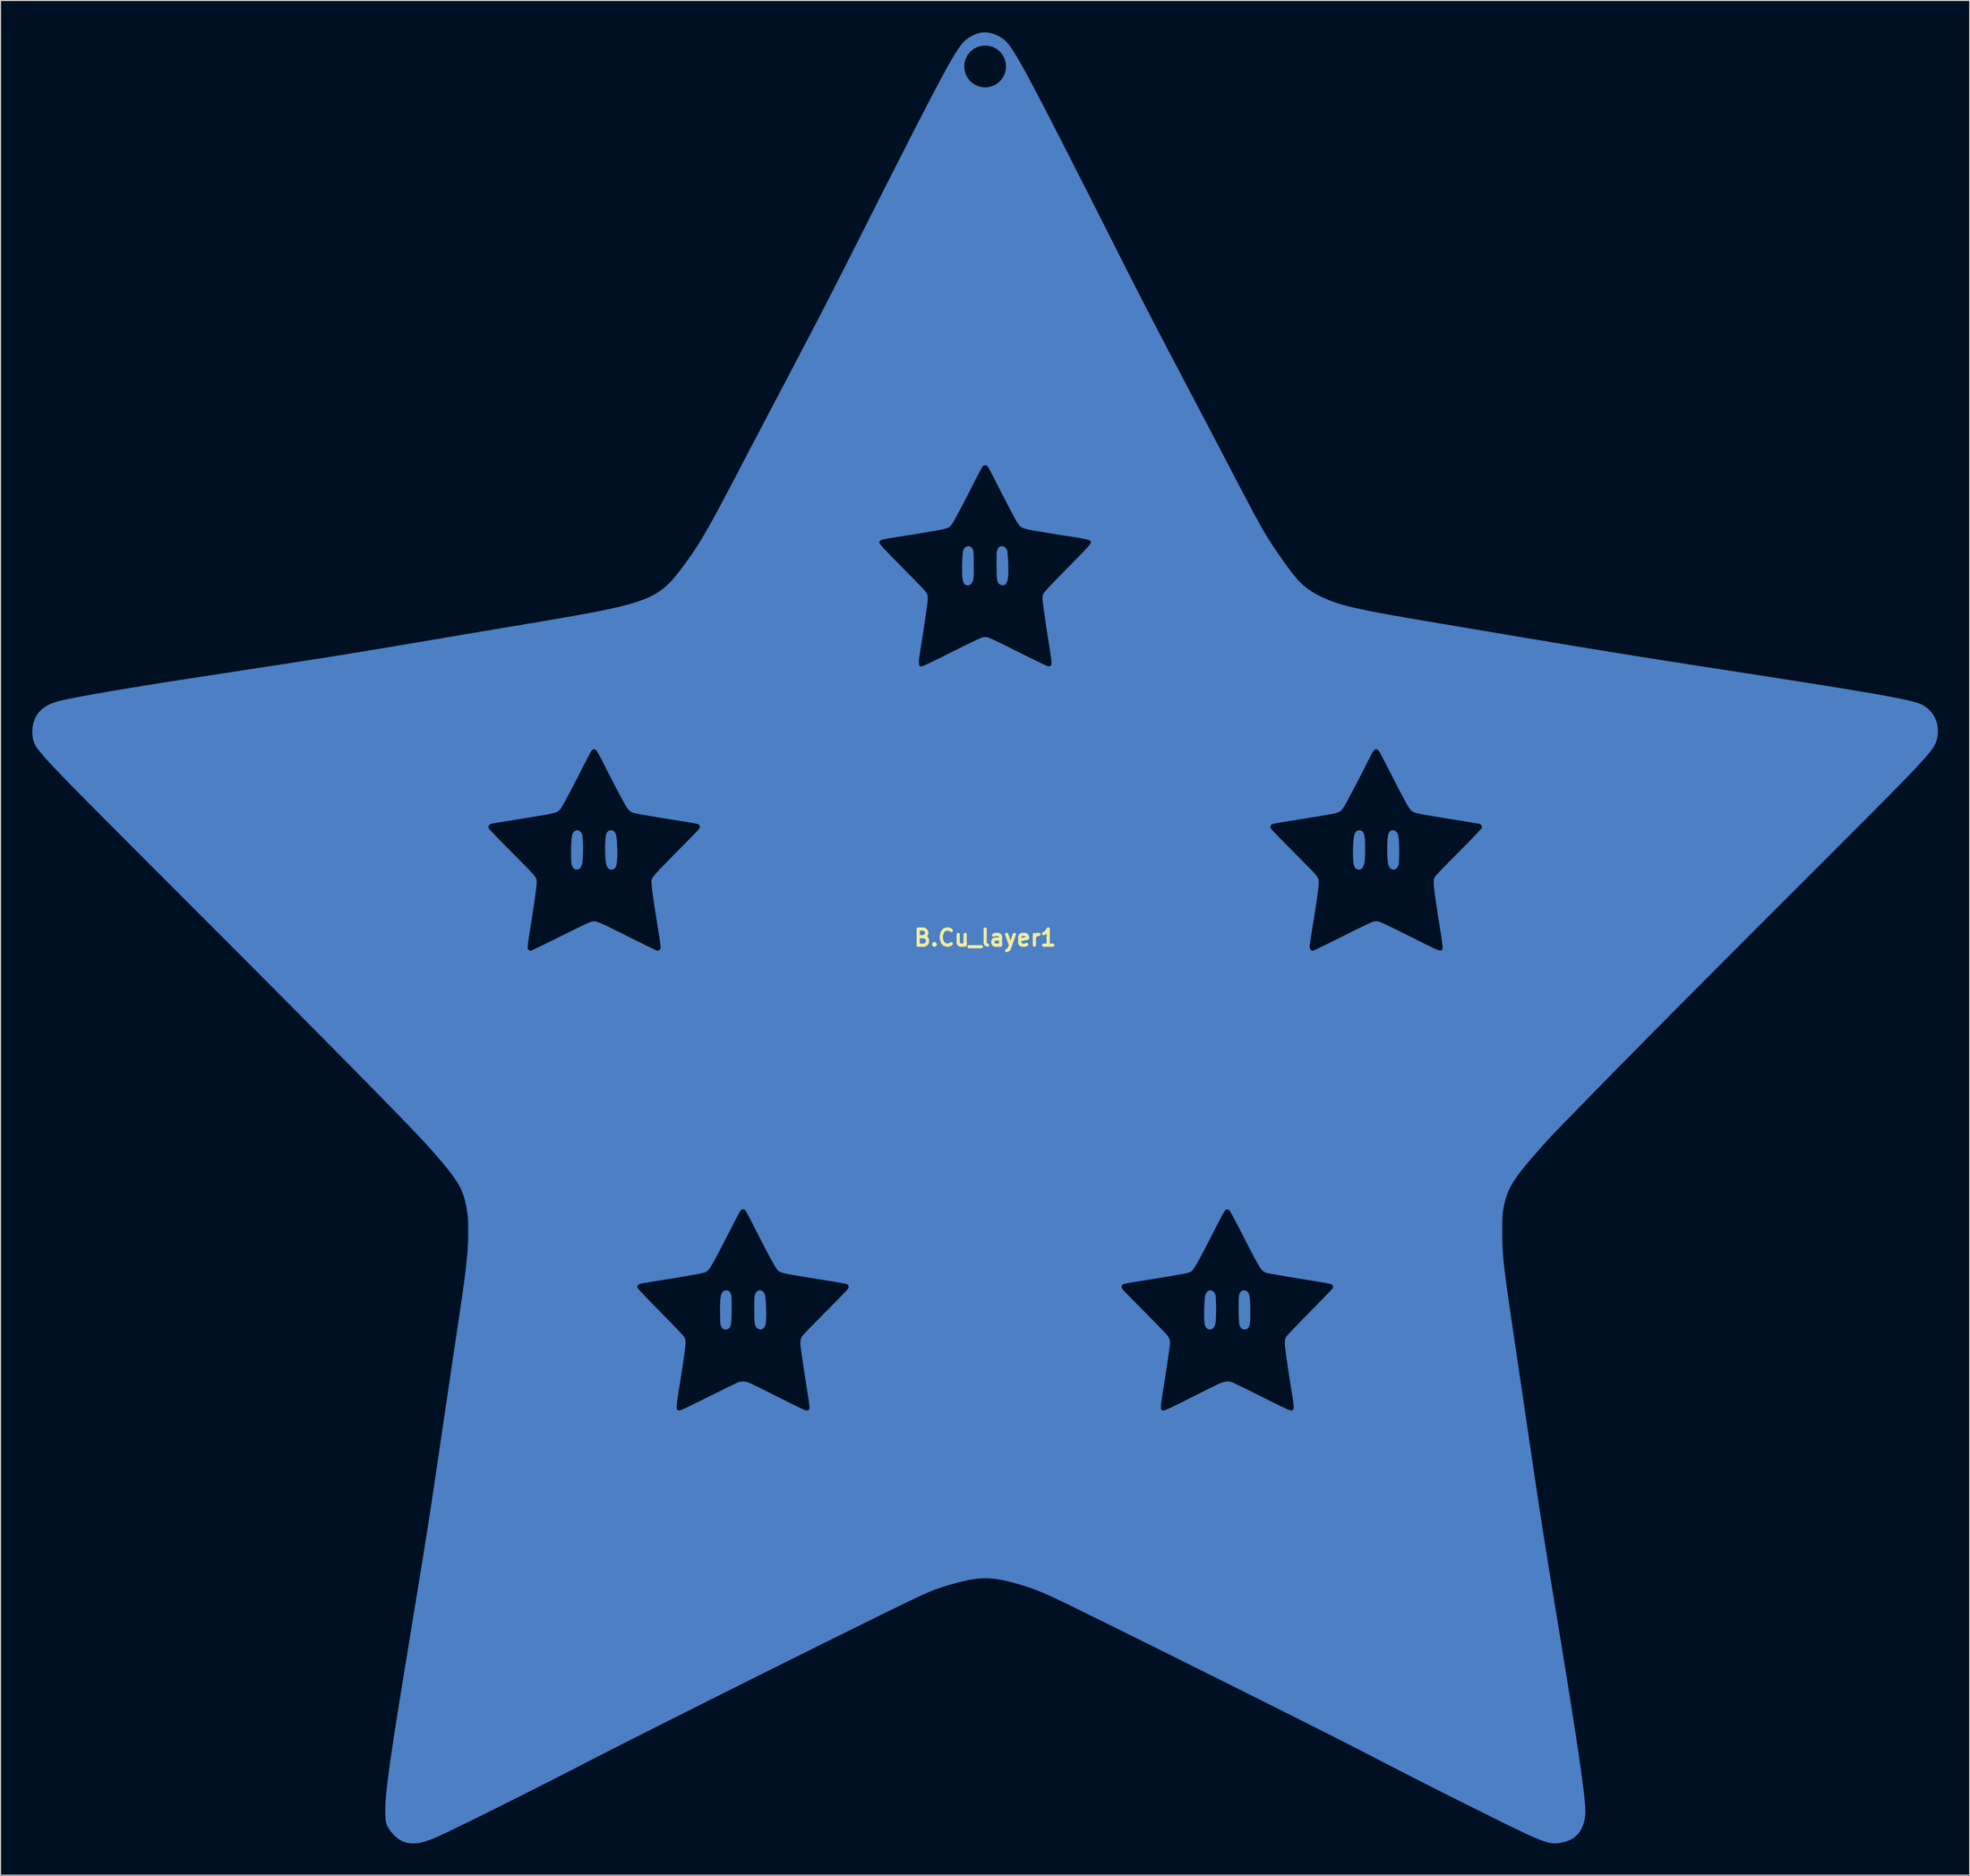
<source format=kicad_pcb>
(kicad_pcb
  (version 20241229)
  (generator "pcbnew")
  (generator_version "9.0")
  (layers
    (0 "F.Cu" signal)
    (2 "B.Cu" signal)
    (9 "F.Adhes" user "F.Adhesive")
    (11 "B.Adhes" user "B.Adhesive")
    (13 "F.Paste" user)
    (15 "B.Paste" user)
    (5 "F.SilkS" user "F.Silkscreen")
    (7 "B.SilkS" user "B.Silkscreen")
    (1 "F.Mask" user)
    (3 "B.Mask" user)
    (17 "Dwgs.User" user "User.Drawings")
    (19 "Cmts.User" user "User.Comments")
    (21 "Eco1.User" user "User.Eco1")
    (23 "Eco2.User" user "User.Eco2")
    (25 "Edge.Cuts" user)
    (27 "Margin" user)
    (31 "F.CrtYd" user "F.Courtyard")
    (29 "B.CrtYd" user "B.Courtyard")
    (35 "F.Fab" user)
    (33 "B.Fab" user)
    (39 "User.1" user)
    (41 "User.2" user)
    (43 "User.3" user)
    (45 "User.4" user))
  (footprint "B.Cu_layer1"
    (layer "F.Cu")
    (at 89.915 85.473)
    (property "Reference" "B.Cu_layer1" (at 0 0 0) (layer "F.SilkS") (effects (font (size 1.524 1.524) (thickness 0.3))))
    (attr through_hole)
    (fp_poly (pts (xy -35.158 -10.128) (xy -35.007 -10.026) (xy -34.887 -9.852) (xy -34.834 -9.692) (xy -34.79 -9.454) (xy -34.755 -9.144) (xy -34.731 -8.768) (xy -34.717 -8.332) (xy -34.714 -8.001) (xy -34.72 -7.59) (xy -34.741 -7.256) (xy -34.776 -6.991) (xy -34.83 -6.788) (xy -34.903 -6.64) (xy -34.996 -6.54) (xy -35.079 -6.493) (xy -35.208 -6.447) (xy -35.308 -6.443) (xy -35.425 -6.481) (xy -35.459 -6.495) (xy -35.566 -6.567) (xy -35.654 -6.684) (xy -35.725 -6.852) (xy -35.779 -7.076) (xy -35.818 -7.364) (xy -35.843 -7.721) (xy -35.855 -8.153) (xy -35.856 -8.417) (xy -35.852 -8.839) (xy -35.839 -9.185) (xy -35.816 -9.462) (xy -35.78 -9.68) (xy -35.731 -9.846) (xy -35.667 -9.967) (xy -35.586 -10.053) (xy -35.519 -10.096) (xy -35.332 -10.153) (xy -35.158 -10.128)) (stroke (width 0.01) (type solid)) (fill yes) (layer "B.Cu"))
    (fp_poly (pts (xy 35.503 -10.104) (xy 35.519 -10.096) (xy 35.612 -10.03) (xy 35.687 -9.934) (xy 35.746 -9.798) (xy 35.79 -9.615) (xy 35.822 -9.378) (xy 35.842 -9.078) (xy 35.853 -8.707) (xy 35.855 -8.402) (xy 35.85 -7.929) (xy 35.832 -7.534) (xy 35.801 -7.211) (xy 35.754 -6.955) (xy 35.692 -6.759) (xy 35.611 -6.618) (xy 35.512 -6.526) (xy 35.457 -6.497) (xy 35.3 -6.446) (xy 35.174 -6.447) (xy 35.047 -6.498) (xy 34.94 -6.586) (xy 34.856 -6.724) (xy 34.793 -6.92) (xy 34.749 -7.179) (xy 34.724 -7.508) (xy 34.715 -7.913) (xy 34.715 -7.959) (xy 34.721 -8.402) (xy 34.736 -8.805) (xy 34.76 -9.158) (xy 34.791 -9.454) (xy 34.83 -9.683) (xy 34.876 -9.836) (xy 34.877 -9.841) (xy 34.992 -10.017) (xy 35.142 -10.123) (xy 35.316 -10.153) (xy 35.503 -10.104)) (stroke (width 0.01) (type solid)) (fill yes) (layer "B.Cu"))
    (fp_poly (pts (xy 38.636 -10.123) (xy 38.782 -10.027) (xy 38.897 -9.892) (xy 38.918 -9.852) (xy 38.971 -9.687) (xy 39.013 -9.442) (xy 39.044 -9.12) (xy 39.063 -8.726) (xy 39.069 -8.263) (xy 39.066 -7.909) (xy 39.061 -7.598) (xy 39.055 -7.358) (xy 39.047 -7.178) (xy 39.036 -7.044) (xy 39.021 -6.943) (xy 39 -6.863) (xy 38.972 -6.791) (xy 38.959 -6.761) (xy 38.843 -6.587) (xy 38.694 -6.478) (xy 38.525 -6.443) (xy 38.375 -6.475) (xy 38.232 -6.577) (xy 38.111 -6.761) (xy 38.076 -6.838) (xy 38.033 -6.988) (xy 37.999 -7.206) (xy 37.973 -7.477) (xy 37.955 -7.786) (xy 37.945 -8.119) (xy 37.943 -8.462) (xy 37.95 -8.8) (xy 37.965 -9.118) (xy 37.987 -9.402) (xy 38.018 -9.638) (xy 38.057 -9.812) (xy 38.079 -9.868) (xy 38.187 -10.019) (xy 38.332 -10.122) (xy 38.488 -10.16) (xy 38.636 -10.123)) (stroke (width 0.01) (type solid)) (fill yes) (layer "B.Cu"))
    (fp_poly (pts (xy -21.028 33.337) (xy -20.892 33.467) (xy -20.81 33.617) (xy -20.772 33.758) (xy -20.739 33.968) (xy -20.712 34.233) (xy -20.691 34.538) (xy -20.677 34.868) (xy -20.668 35.208) (xy -20.667 35.542) (xy -20.673 35.857) (xy -20.687 36.137) (xy -20.708 36.368) (xy -20.738 36.534) (xy -20.743 36.551) (xy -20.835 36.746) (xy -20.968 36.881) (xy -21.126 36.951) (xy -21.297 36.951) (xy -21.466 36.876) (xy -21.502 36.848) (xy -21.576 36.776) (xy -21.636 36.694) (xy -21.683 36.592) (xy -21.719 36.46) (xy -21.745 36.289) (xy -21.762 36.07) (xy -21.773 35.793) (xy -21.779 35.45) (xy -21.78 35.073) (xy -21.779 34.683) (xy -21.775 34.369) (xy -21.768 34.122) (xy -21.758 33.934) (xy -21.744 33.796) (xy -21.725 33.699) (xy -21.722 33.686) (xy -21.63 33.486) (xy -21.501 33.351) (xy -21.347 33.28) (xy -21.184 33.275) (xy -21.028 33.337)) (stroke (width 0.01) (type solid)) (fill yes) (layer "B.Cu"))
    (fp_poly (pts (xy 21.382 33.29) (xy 21.531 33.375) (xy 21.654 33.525) (xy 21.722 33.686) (xy 21.742 33.801) (xy 21.758 33.985) (xy 21.77 34.226) (xy 21.778 34.507) (xy 21.783 34.814) (xy 21.784 35.133) (xy 21.781 35.448) (xy 21.774 35.747) (xy 21.763 36.012) (xy 21.748 36.231) (xy 21.73 36.389) (xy 21.723 36.426) (xy 21.639 36.665) (xy 21.516 36.835) (xy 21.356 36.933) (xy 21.21 36.957) (xy 21.065 36.939) (xy 20.952 36.873) (xy 20.913 36.837) (xy 20.82 36.713) (xy 20.751 36.567) (xy 20.746 36.551) (xy 20.715 36.392) (xy 20.693 36.167) (xy 20.678 35.891) (xy 20.671 35.579) (xy 20.671 35.245) (xy 20.678 34.906) (xy 20.691 34.574) (xy 20.711 34.266) (xy 20.737 33.996) (xy 20.768 33.779) (xy 20.805 33.63) (xy 20.81 33.616) (xy 20.919 33.433) (xy 21.06 33.318) (xy 21.22 33.271) (xy 21.382 33.29)) (stroke (width 0.01) (type solid)) (fill yes) (layer "B.Cu"))
    (fp_poly (pts (xy -38.338 -10.123) (xy -38.2 -10.023) (xy -38.087 -9.879) (xy -38.074 -9.854) (xy -38.033 -9.727) (xy -38 -9.53) (xy -37.975 -9.277) (xy -37.958 -8.982) (xy -37.949 -8.658) (xy -37.948 -8.321) (xy -37.954 -7.984) (xy -37.969 -7.661) (xy -37.99 -7.366) (xy -38.019 -7.113) (xy -38.056 -6.916) (xy -38.09 -6.809) (xy -38.157 -6.682) (xy -38.229 -6.58) (xy -38.253 -6.555) (xy -38.385 -6.483) (xy -38.548 -6.454) (xy -38.701 -6.472) (xy -38.735 -6.487) (xy -38.814 -6.555) (xy -38.9 -6.67) (xy -38.947 -6.752) (xy -38.982 -6.826) (xy -39.008 -6.896) (xy -39.028 -6.977) (xy -39.042 -7.082) (xy -39.051 -7.223) (xy -39.058 -7.413) (xy -39.063 -7.666) (xy -39.067 -7.881) (xy -39.069 -8.365) (xy -39.059 -8.795) (xy -39.039 -9.166) (xy -39.008 -9.47) (xy -38.967 -9.701) (xy -38.919 -9.851) (xy -38.812 -9.999) (xy -38.665 -10.108) (xy -38.504 -10.159) (xy -38.476 -10.16) (xy -38.338 -10.123)) (stroke (width 0.01) (type solid)) (fill yes) (layer "B.Cu"))
    (fp_poly (pts (xy 24.544 33.287) (xy 24.665 33.329) (xy 24.765 33.408) (xy 24.845 33.529) (xy 24.907 33.698) (xy 24.954 33.923) (xy 24.986 34.208) (xy 25.007 34.56) (xy 25.017 34.986) (xy 25.019 35.35) (xy 25.016 35.732) (xy 25.008 36.04) (xy 24.991 36.284) (xy 24.965 36.473) (xy 24.928 36.618) (xy 24.879 36.73) (xy 24.815 36.818) (xy 24.777 36.856) (xy 24.626 36.943) (xy 24.453 36.962) (xy 24.286 36.916) (xy 24.177 36.835) (xy 24.114 36.762) (xy 24.064 36.686) (xy 24.025 36.597) (xy 23.995 36.484) (xy 23.972 36.337) (xy 23.956 36.146) (xy 23.945 35.901) (xy 23.936 35.592) (xy 23.93 35.209) (xy 23.929 35.192) (xy 23.924 34.777) (xy 23.924 34.437) (xy 23.93 34.164) (xy 23.942 33.947) (xy 23.962 33.778) (xy 23.99 33.647) (xy 24.029 33.545) (xy 24.078 33.463) (xy 24.128 33.403) (xy 24.244 33.308) (xy 24.369 33.275) (xy 24.399 33.274) (xy 24.544 33.287)) (stroke (width 0.01) (type solid)) (fill yes) (layer "B.Cu"))
    (fp_poly (pts (xy -24.267 33.297) (xy -24.153 33.378) (xy -24.128 33.403) (xy -24.069 33.475) (xy -24.022 33.56) (xy -23.985 33.666) (xy -23.958 33.803) (xy -23.939 33.979) (xy -23.928 34.204) (xy -23.924 34.488) (xy -23.924 34.839) (xy -23.928 35.192) (xy -23.935 35.593) (xy -23.945 35.92) (xy -23.959 36.18) (xy -23.978 36.384) (xy -24.005 36.54) (xy -24.041 36.659) (xy -24.086 36.749) (xy -24.144 36.82) (xy -24.203 36.872) (xy -24.338 36.935) (xy -24.506 36.956) (xy -24.667 36.934) (xy -24.751 36.895) (xy -24.822 36.818) (xy -24.895 36.699) (xy -24.917 36.651) (xy -24.943 36.581) (xy -24.963 36.497) (xy -24.978 36.387) (xy -24.99 36.24) (xy -24.998 36.042) (xy -25.005 35.783) (xy -25.01 35.473) (xy -25.014 34.972) (xy -25.007 34.55) (xy -24.988 34.2) (xy -24.956 33.916) (xy -24.908 33.693) (xy -24.843 33.524) (xy -24.76 33.404) (xy -24.656 33.326) (xy -24.53 33.285) (xy -24.399 33.274) (xy -24.267 33.297)) (stroke (width 0.01) (type solid)) (fill yes) (layer "B.Cu"))
    (fp_poly (pts (xy 1.807 -36.911) (xy 1.952 -36.787) (xy 2.056 -36.599) (xy 2.074 -36.544) (xy 2.089 -36.454) (xy 2.108 -36.295) (xy 2.127 -36.083) (xy 2.145 -35.832) (xy 2.162 -35.558) (xy 2.165 -35.494) (xy 2.185 -34.97) (xy 2.187 -34.525) (xy 2.168 -34.154) (xy 2.13 -33.856) (xy 2.071 -33.625) (xy 1.991 -33.458) (xy 1.89 -33.351) (xy 1.843 -33.325) (xy 1.651 -33.277) (xy 1.472 -33.311) (xy 1.358 -33.383) (xy 1.285 -33.453) (xy 1.226 -33.532) (xy 1.18 -33.63) (xy 1.144 -33.756) (xy 1.117 -33.92) (xy 1.099 -34.129) (xy 1.088 -34.394) (xy 1.082 -34.724) (xy 1.08 -35.127) (xy 1.079 -35.221) (xy 1.08 -35.579) (xy 1.081 -35.863) (xy 1.083 -36.083) (xy 1.088 -36.249) (xy 1.095 -36.374) (xy 1.107 -36.466) (xy 1.123 -36.537) (xy 1.145 -36.597) (xy 1.173 -36.656) (xy 1.185 -36.682) (xy 1.267 -36.821) (xy 1.352 -36.902) (xy 1.438 -36.941) (xy 1.632 -36.964) (xy 1.807 -36.911)) (stroke (width 0.01) (type solid)) (fill yes) (layer "B.Cu"))
    (fp_poly (pts (xy -1.422 -36.935) (xy -1.293 -36.859) (xy -1.195 -36.717) (xy -1.157 -36.629) (xy -1.134 -36.562) (xy -1.116 -36.486) (xy -1.103 -36.39) (xy -1.093 -36.264) (xy -1.086 -36.097) (xy -1.082 -35.878) (xy -1.08 -35.597) (xy -1.08 -35.244) (xy -1.079 -35.2) (xy -1.08 -34.832) (xy -1.082 -34.537) (xy -1.087 -34.306) (xy -1.094 -34.126) (xy -1.104 -33.988) (xy -1.119 -33.879) (xy -1.137 -33.79) (xy -1.154 -33.733) (xy -1.252 -33.515) (xy -1.385 -33.364) (xy -1.547 -33.285) (xy -1.727 -33.283) (xy -1.855 -33.327) (xy -1.957 -33.403) (xy -2.036 -33.525) (xy -2.094 -33.705) (xy -2.135 -33.949) (xy -2.162 -34.269) (xy -2.162 -34.269) (xy -2.171 -34.502) (xy -2.174 -34.777) (xy -2.171 -35.077) (xy -2.163 -35.388) (xy -2.151 -35.693) (xy -2.135 -35.977) (xy -2.117 -36.224) (xy -2.096 -36.419) (xy -2.073 -36.546) (xy -2.071 -36.551) (xy -1.98 -36.751) (xy -1.843 -36.887) (xy -1.668 -36.952) (xy -1.6 -36.957) (xy -1.422 -36.935)) (stroke (width 0.01) (type solid)) (fill yes) (layer "B.Cu"))
    (fp_poly (pts (xy 0.431 -85.421) (xy 0.877 -85.29) (xy 1.329 -85.078) (xy 1.644 -84.883) (xy 1.724 -84.826) (xy 1.805 -84.762) (xy 1.888 -84.688) (xy 1.974 -84.604) (xy 2.065 -84.506) (xy 2.16 -84.394) (xy 2.262 -84.264) (xy 2.372 -84.116) (xy 2.49 -83.946) (xy 2.617 -83.754) (xy 2.755 -83.537) (xy 2.905 -83.292) (xy 3.067 -83.019) (xy 3.243 -82.715) (xy 3.434 -82.378) (xy 3.641 -82.007) (xy 3.865 -81.598) (xy 4.108 -81.151) (xy 4.369 -80.663) (xy 4.65 -80.132) (xy 4.953 -79.556) (xy 5.278 -78.934) (xy 5.627 -78.263) (xy 6 -77.541) (xy 6.398 -76.767) (xy 6.823 -75.938) (xy 7.276 -75.052) (xy 7.758 -74.108) (xy 8.269 -73.103) (xy 8.811 -72.036) (xy 9.386 -70.904) (xy 9.993 -69.706) (xy 10.634 -68.439) (xy 11.311 -67.102) (xy 12.024 -65.692) (xy 12.49 -64.77) (xy 12.834 -64.088) (xy 13.158 -63.448) (xy 13.464 -62.845) (xy 13.753 -62.273) (xy 14.03 -61.728) (xy 14.297 -61.204) (xy 14.556 -60.696) (xy 14.811 -60.198) (xy 15.064 -59.704) (xy 15.319 -59.21) (xy 15.577 -58.71) (xy 15.841 -58.199) (xy 16.115 -57.671) (xy 16.402 -57.121) (xy 16.703 -56.544) (xy 17.022 -55.934) (xy 17.361 -55.285) (xy 17.724 -54.593) (xy 18.113 -53.853) (xy 18.531 -53.058) (xy 18.98 -52.203) (xy 19.464 -51.283) (xy 19.896 -50.461) (xy 20.203 -49.877) (xy 20.539 -49.238) (xy 20.894 -48.561) (xy 21.261 -47.86) (xy 21.633 -47.151) (xy 22.001 -46.449) (xy 22.357 -45.768) (xy 22.694 -45.123) (xy 23.003 -44.531) (xy 23.156 -44.238) (xy 23.572 -43.44) (xy 23.953 -42.711) (xy 24.3 -42.049) (xy 24.617 -41.447) (xy 24.905 -40.9) (xy 25.169 -40.405) (xy 25.41 -39.957) (xy 25.631 -39.549) (xy 25.835 -39.179) (xy 26.025 -38.84) (xy 26.203 -38.528) (xy 26.372 -38.238) (xy 26.536 -37.965) (xy 26.696 -37.705) (xy 26.855 -37.452) (xy 27.016 -37.203) (xy 27.182 -36.951) (xy 27.355 -36.692) (xy 27.539 -36.422) (xy 27.695 -36.195) (xy 28.094 -35.619) (xy 28.458 -35.109) (xy 28.791 -34.66) (xy 29.099 -34.266) (xy 29.39 -33.919) (xy 29.669 -33.615) (xy 29.943 -33.347) (xy 30.218 -33.109) (xy 30.5 -32.893) (xy 30.795 -32.696) (xy 31.11 -32.509) (xy 31.45 -32.327) (xy 31.75 -32.179) (xy 32.006 -32.06) (xy 32.265 -31.946) (xy 32.532 -31.837) (xy 32.811 -31.732) (xy 33.106 -31.629) (xy 33.421 -31.528) (xy 33.761 -31.428) (xy 34.13 -31.328) (xy 34.532 -31.227) (xy 34.972 -31.124) (xy 35.453 -31.018) (xy 35.981 -30.908) (xy 36.558 -30.792) (xy 37.19 -30.671) (xy 37.88 -30.543) (xy 38.633 -30.407) (xy 39.454 -30.263) (xy 40.346 -30.108) (xy 41.314 -29.943) (xy 42.249 -29.785) (xy 42.731 -29.703) (xy 43.266 -29.613) (xy 43.832 -29.518) (xy 44.405 -29.421) (xy 44.962 -29.327) (xy 45.48 -29.24) (xy 45.91 -29.167) (xy 47.37 -28.921) (xy 48.752 -28.688) (xy 50.062 -28.468) (xy 51.305 -28.26) (xy 52.488 -28.062) (xy 53.615 -27.874) (xy 54.693 -27.695) (xy 55.726 -27.523) (xy 56.722 -27.359) (xy 57.684 -27.201) (xy 58.62 -27.048) (xy 59.535 -26.9) (xy 60.433 -26.754) (xy 61.322 -26.611) (xy 62.206 -26.47) (xy 63.092 -26.329) (xy 63.984 -26.188) (xy 64.889 -26.046) (xy 65.811 -25.902) (xy 66.758 -25.754) (xy 67.734 -25.603) (xy 68.745 -25.446) (xy 69.046 -25.4) (xy 70.565 -25.165) (xy 72.002 -24.943) (xy 73.361 -24.732) (xy 74.643 -24.532) (xy 75.85 -24.343) (xy 76.985 -24.164) (xy 78.05 -23.995) (xy 79.047 -23.836) (xy 79.979 -23.686) (xy 80.848 -23.545) (xy 81.656 -23.412) (xy 82.405 -23.287) (xy 83.099 -23.17) (xy 83.738 -23.06) (xy 84.326 -22.957) (xy 84.865 -22.86) (xy 85.357 -22.769) (xy 85.804 -22.683) (xy 86.209 -22.603) (xy 86.574 -22.527) (xy 86.9 -22.456) (xy 87.192 -22.388) (xy 87.45 -22.325) (xy 87.678 -22.264) (xy 87.877 -22.206) (xy 88.049 -22.15) (xy 88.198 -22.097) (xy 88.325 -22.044) (xy 88.423 -21.998) (xy 88.823 -21.75) (xy 89.166 -21.443) (xy 89.448 -21.087) (xy 89.666 -20.687) (xy 89.816 -20.251) (xy 89.894 -19.787) (xy 89.898 -19.303) (xy 89.858 -18.978) (xy 89.818 -18.783) (xy 89.768 -18.598) (xy 89.702 -18.416) (xy 89.616 -18.232) (xy 89.506 -18.038) (xy 89.366 -17.828) (xy 89.193 -17.596) (xy 88.981 -17.336) (xy 88.727 -17.04) (xy 88.425 -16.702) (xy 88.072 -16.316) (xy 87.75 -15.97) (xy 87.594 -15.803) (xy 87.425 -15.625) (xy 87.242 -15.433) (xy 87.043 -15.225) (xy 86.826 -15) (xy 86.588 -14.755) (xy 86.328 -14.488) (xy 86.044 -14.197) (xy 85.733 -13.881) (xy 85.395 -13.538) (xy 85.026 -13.164) (xy 84.626 -12.76) (xy 84.191 -12.321) (xy 83.721 -11.847) (xy 83.212 -11.336) (xy 82.664 -10.785) (xy 82.073 -10.193) (xy 81.439 -9.557) (xy 80.759 -8.876) (xy 80.032 -8.147) (xy 79.254 -7.369) (xy 78.425 -6.54) (xy 77.543 -5.657) (xy 76.605 -4.719) (xy 75.609 -3.724) (xy 75.356 -3.471) (xy 73.887 -2.003) (xy 72.476 -0.591) (xy 71.121 0.766) (xy 69.819 2.07) (xy 68.569 3.324) (xy 67.368 4.53) (xy 66.214 5.69) (xy 65.104 6.806) (xy 64.037 7.882) (xy 63.01 8.919) (xy 62.021 9.918) (xy 61.067 10.884) (xy 60.147 11.818) (xy 59.257 12.721) (xy 58.397 13.597) (xy 57.563 14.448) (xy 56.754 15.276) (xy 56.725 15.305) (xy 56.209 15.834) (xy 55.748 16.306) (xy 55.338 16.726) (xy 54.974 17.099) (xy 54.653 17.43) (xy 54.37 17.722) (xy 54.121 17.979) (xy 53.901 18.207) (xy 53.707 18.41) (xy 53.534 18.592) (xy 53.379 18.758) (xy 53.236 18.911) (xy 53.102 19.057) (xy 52.972 19.199) (xy 52.842 19.343) (xy 52.709 19.492) (xy 52.567 19.651) (xy 52.555 19.664) (xy 52.03 20.259) (xy 51.559 20.799) (xy 51.142 21.292) (xy 50.773 21.742) (xy 50.449 22.155) (xy 50.166 22.539) (xy 49.921 22.897) (xy 49.711 23.238) (xy 49.531 23.566) (xy 49.379 23.887) (xy 49.25 24.208) (xy 49.141 24.534) (xy 49.048 24.872) (xy 48.968 25.227) (xy 48.897 25.606) (xy 48.866 25.793) (xy 48.844 25.941) (xy 48.827 26.093) (xy 48.814 26.263) (xy 48.804 26.462) (xy 48.797 26.7) (xy 48.793 26.989) (xy 48.791 27.34) (xy 48.791 27.75) (xy 48.792 28.067) (xy 48.795 28.371) (xy 48.801 28.667) (xy 48.81 28.96) (xy 48.822 29.254) (xy 48.839 29.554) (xy 48.861 29.867) (xy 48.888 30.195) (xy 48.921 30.545) (xy 48.961 30.922) (xy 49.007 31.33) (xy 49.061 31.774) (xy 49.124 32.259) (xy 49.195 32.791) (xy 49.275 33.374) (xy 49.365 34.013) (xy 49.466 34.713) (xy 49.578 35.48) (xy 49.701 36.317) (xy 49.836 37.231) (xy 49.915 37.761) (xy 49.975 38.167) (xy 50.046 38.646) (xy 50.127 39.19) (xy 50.215 39.787) (xy 50.31 40.429) (xy 50.41 41.105) (xy 50.513 41.806) (xy 50.619 42.521) (xy 50.725 43.242) (xy 50.83 43.956) (xy 50.933 44.656) (xy 50.99 45.043) (xy 51.159 46.186) (xy 51.316 47.252) (xy 51.463 48.247) (xy 51.6 49.176) (xy 51.729 50.046) (xy 51.851 50.864) (xy 51.966 51.635) (xy 52.076 52.366) (xy 52.181 53.063) (xy 52.282 53.731) (xy 52.381 54.378) (xy 52.479 55.01) (xy 52.575 55.632) (xy 52.672 56.251) (xy 52.77 56.874) (xy 52.871 57.505) (xy 52.974 58.153) (xy 53.082 58.821) (xy 53.195 59.518) (xy 53.314 60.249) (xy 53.44 61.021) (xy 53.574 61.839) (xy 53.716 62.709) (xy 53.869 63.639) (xy 53.996 64.41) (xy 54.25 65.961) (xy 54.49 67.43) (xy 54.716 68.819) (xy 54.927 70.131) (xy 55.125 71.367) (xy 55.309 72.529) (xy 55.48 73.618) (xy 55.638 74.637) (xy 55.783 75.588) (xy 55.916 76.472) (xy 56.037 77.291) (xy 56.146 78.048) (xy 56.243 78.743) (xy 56.329 79.379) (xy 56.404 79.958) (xy 56.468 80.481) (xy 56.522 80.95) (xy 56.565 81.368) (xy 56.599 81.736) (xy 56.622 82.056) (xy 56.624 82.084) (xy 56.629 82.653) (xy 56.572 83.179) (xy 56.453 83.658) (xy 56.275 84.086) (xy 56.038 84.458) (xy 55.907 84.612) (xy 55.589 84.9) (xy 55.225 85.125) (xy 54.811 85.292) (xy 54.338 85.403) (xy 54.128 85.432) (xy 53.989 85.447) (xy 53.853 85.456) (xy 53.717 85.459) (xy 53.578 85.454) (xy 53.431 85.438) (xy 53.273 85.412) (xy 53.1 85.373) (xy 52.91 85.319) (xy 52.697 85.25) (xy 52.459 85.164) (xy 52.192 85.058) (xy 51.892 84.933) (xy 51.556 84.786) (xy 51.18 84.615) (xy 50.761 84.42) (xy 50.295 84.198) (xy 49.778 83.948) (xy 49.206 83.67) (xy 48.577 83.36) (xy 47.886 83.018) (xy 47.13 82.642) (xy 46.306 82.231) (xy 45.508 81.832) (xy 45.001 81.579) (xy 44.517 81.336) (xy 44.051 81.103) (xy 43.597 80.874) (xy 43.149 80.649) (xy 42.702 80.423) (xy 42.251 80.195) (xy 41.79 79.961) (xy 41.313 79.718) (xy 40.815 79.464) (xy 40.29 79.196) (xy 39.733 78.911) (xy 39.139 78.606) (xy 38.5 78.278) (xy 37.813 77.925) (xy 37.072 77.543) (xy 36.27 77.131) (xy 35.403 76.684) (xy 34.713 76.329) (xy 34.287 76.11) (xy 33.79 75.856) (xy 33.227 75.57) (xy 32.602 75.253) (xy 31.919 74.907) (xy 31.183 74.536) (xy 30.398 74.141) (xy 29.57 73.724) (xy 28.702 73.288) (xy 27.798 72.835) (xy 26.863 72.366) (xy 25.903 71.885) (xy 24.92 71.394) (xy 23.92 70.894) (xy 22.906 70.387) (xy 21.884 69.877) (xy 20.858 69.366) (xy 19.833 68.855) (xy 18.812 68.346) (xy 17.8 67.843) (xy 16.802 67.346) (xy 15.822 66.859) (xy 14.864 66.384) (xy 13.933 65.923) (xy 13.034 65.477) (xy 12.171 65.05) (xy 11.348 64.644) (xy 10.57 64.26) (xy 9.841 63.901) (xy 9.165 63.569) (xy 8.548 63.266) (xy 7.993 62.995) (xy 7.506 62.758) (xy 7.112 62.568) (xy 6.52 62.286) (xy 5.988 62.041) (xy 5.502 61.828) (xy 5.05 61.64) (xy 4.616 61.472) (xy 4.189 61.32) (xy 3.754 61.177) (xy 3.297 61.038) (xy 3.184 61.005) (xy 2.504 60.817) (xy 1.887 60.667) (xy 1.317 60.555) (xy 0.782 60.481) (xy 0.267 60.444) (xy -0.24 60.444) (xy -0.754 60.481) (xy -1.289 60.555) (xy -1.859 60.667) (xy -2.476 60.814) (xy -2.951 60.942) (xy -3.455 61.086) (xy -3.924 61.23) (xy -4.372 61.381) (xy -4.813 61.543) (xy -5.264 61.723) (xy -5.738 61.926) (xy -6.25 62.158) (xy -6.816 62.424) (xy -7.027 62.526) (xy -7.614 62.811) (xy -8.269 63.13) (xy -8.987 63.481) (xy -9.765 63.863) (xy -10.598 64.272) (xy -11.48 64.707) (xy -12.408 65.165) (xy -13.377 65.645) (xy -14.383 66.143) (xy -15.42 66.657) (xy -16.485 67.186) (xy -17.572 67.727) (xy -18.678 68.277) (xy -19.798 68.835) (xy -20.927 69.398) (xy -22.061 69.964) (xy -23.195 70.531) (xy -24.325 71.096) (xy -25.445 71.657) (xy -26.552 72.212) (xy -27.642 72.758) (xy -28.708 73.294) (xy -29.748 73.817) (xy -30.756 74.324) (xy -31.728 74.814) (xy -32.659 75.285) (xy -33.545 75.733) (xy -34.382 76.157) (xy -35.164 76.554) (xy -35.887 76.923) (xy -36.547 77.26) (xy -37.139 77.564) (xy -37.55 77.776) (xy -38.296 78.162) (xy -39.067 78.558) (xy -39.856 78.962) (xy -40.66 79.372) (xy -41.472 79.786) (xy -42.289 80.2) (xy -43.106 80.613) (xy -43.917 81.022) (xy -44.717 81.424) (xy -45.502 81.817) (xy -46.267 82.199) (xy -47.007 82.567) (xy -47.716 82.919) (xy -48.391 83.253) (xy -49.026 83.565) (xy -49.617 83.853) (xy -50.158 84.116) (xy -50.644 84.35) (xy -51.071 84.553) (xy -51.434 84.723) (xy -51.727 84.857) (xy -51.787 84.883) (xy -52.138 85.03) (xy -52.502 85.166) (xy -52.854 85.282) (xy -53.169 85.372) (xy -53.315 85.405) (xy -53.621 85.45) (xy -53.947 85.466) (xy -54.266 85.454) (xy -54.545 85.413) (xy -54.631 85.392) (xy -55.004 85.252) (xy -55.351 85.049) (xy -55.688 84.775) (xy -55.778 84.688) (xy -56.096 84.333) (xy -56.336 83.975) (xy -56.494 83.617) (xy -56.536 83.469) (xy -56.564 83.29) (xy -56.585 83.043) (xy -56.598 82.746) (xy -56.602 82.413) (xy -56.599 82.061) (xy -56.587 81.708) (xy -56.567 81.369) (xy -56.557 81.251) (xy -56.527 80.933) (xy -56.495 80.605) (xy -56.459 80.264) (xy -56.418 79.905) (xy -56.373 79.526) (xy -56.322 79.123) (xy -56.266 78.693) (xy -56.204 78.232) (xy -56.135 77.738) (xy -56.058 77.207) (xy -55.974 76.635) (xy -55.882 76.02) (xy -55.781 75.358) (xy -55.671 74.645) (xy -55.551 73.879) (xy -55.421 73.056) (xy -55.28 72.172) (xy -55.128 71.225) (xy -54.964 70.211) (xy -54.788 69.127) (xy -54.6 67.969) (xy -54.398 66.734) (xy -54.191 65.469) (xy -54.012 64.377) (xy -53.846 63.363) (xy -53.691 62.422) (xy -53.548 61.547) (xy -53.415 60.732) (xy -53.291 59.973) (xy -53.176 59.263) (xy -53.068 58.597) (xy -52.966 57.968) (xy -52.87 57.371) (xy -52.779 56.801) (xy -52.692 56.252) (xy -52.608 55.718) (xy -52.526 55.193) (xy -52.445 54.671) (xy -52.364 54.148) (xy -52.283 53.617) (xy -52.201 53.072) (xy -52.116 52.508) (xy -52.027 51.919) (xy -51.935 51.299) (xy -51.838 50.643) (xy -51.734 49.945) (xy -51.624 49.199) (xy -51.506 48.399) (xy -51.38 47.541) (xy -51.244 46.617) (xy -51.202 46.334) (xy -51.09 45.573) (xy -50.974 44.783) (xy -50.854 43.973) (xy -50.733 43.154) (xy -50.612 42.335) (xy -50.492 41.526) (xy -50.375 40.737) (xy -50.263 39.977) (xy -50.156 39.257) (xy -50.056 38.587) (xy -49.965 37.975) (xy -49.884 37.433) (xy -49.848 37.19) (xy -49.731 36.413) (xy -49.627 35.712) (xy -49.533 35.082) (xy -49.45 34.514) (xy -49.375 34.004) (xy -49.309 33.542) (xy -49.25 33.124) (xy -49.228 32.967) (xy -32.836 32.967) (xy -32.825 33.017) (xy -32.787 33.071) (xy -32.692 33.183) (xy -32.542 33.348) (xy -32.339 33.566) (xy -32.086 33.833) (xy -31.785 34.147) (xy -31.438 34.504) (xy -31.049 34.903) (xy -30.625 35.335) (xy -30.163 35.807) (xy -29.758 36.221) (xy -29.41 36.58) (xy -29.115 36.887) (xy -28.873 37.143) (xy -28.68 37.351) (xy -28.536 37.513) (xy -28.436 37.631) (xy -28.38 37.707) (xy -28.371 37.724) (xy -28.316 37.867) (xy -28.287 38.028) (xy -28.279 38.238) (xy -28.279 38.241) (xy -28.286 38.386) (xy -28.307 38.609) (xy -28.342 38.904) (xy -28.389 39.267) (xy -28.448 39.693) (xy -28.518 40.175) (xy -28.598 40.71) (xy -28.688 41.29) (xy -28.786 41.912) (xy -28.875 42.46) (xy -28.95 42.927) (xy -29.011 43.318) (xy -29.057 43.639) (xy -29.09 43.899) (xy -29.11 44.103) (xy -29.118 44.26) (xy -29.115 44.377) (xy -29.101 44.459) (xy -29.076 44.516) (xy -29.062 44.535) (xy -28.948 44.604) (xy -28.843 44.619) (xy -28.786 44.606) (xy -28.679 44.566) (xy -28.518 44.496) (xy -28.3 44.397) (xy -28.024 44.266) (xy -27.684 44.102) (xy -27.28 43.904) (xy -26.807 43.67) (xy -26.262 43.399) (xy -26.088 43.312) (xy -25.644 43.091) (xy -25.218 42.879) (xy -24.817 42.681) (xy -24.447 42.498) (xy -24.115 42.336) (xy -23.828 42.197) (xy -23.593 42.084) (xy -23.416 42) (xy -23.304 41.949) (xy -23.271 41.936) (xy -22.953 41.873) (xy -22.62 41.892) (xy -22.322 41.975) (xy -22.235 42.013) (xy -22.079 42.086) (xy -21.863 42.189) (xy -21.592 42.321) (xy -21.275 42.477) (xy -20.918 42.653) (xy -20.529 42.847) (xy -20.115 43.055) (xy -19.682 43.272) (xy -19.526 43.351) (xy -18.945 43.644) (xy -18.435 43.898) (xy -17.996 44.115) (xy -17.629 44.294) (xy -17.334 44.434) (xy -17.112 44.535) (xy -16.964 44.597) (xy -16.89 44.619) (xy -16.888 44.619) (xy -16.718 44.592) (xy -16.611 44.509) (xy -16.578 44.433) (xy -16.572 44.365) (xy -16.576 44.25) (xy -16.591 44.082) (xy -16.619 43.856) (xy -16.659 43.567) (xy -16.713 43.209) (xy -16.781 42.776) (xy -16.831 42.46) (xy -16.897 42.048) (xy -16.965 41.616) (xy -17.034 41.173) (xy -17.101 40.73) (xy -17.165 40.297) (xy -17.226 39.884) (xy -17.282 39.5) (xy -17.33 39.156) (xy -17.37 38.861) (xy -17.4 38.626) (xy -17.419 38.461) (xy -17.423 38.417) (xy -17.432 38.144) (xy -17.404 37.923) (xy -17.33 37.73) (xy -17.206 37.536) (xy -17.178 37.499) (xy -17.118 37.431) (xy -17.004 37.309) (xy -16.841 37.138) (xy -16.634 36.923) (xy -16.389 36.671) (xy -16.112 36.387) (xy -15.807 36.076) (xy -15.481 35.745) (xy -15.138 35.398) (xy -14.958 35.217) (xy -14.525 34.779) (xy -14.138 34.386) (xy -13.8 34.039) (xy -13.512 33.741) (xy -13.276 33.492) (xy -13.094 33.297) (xy -12.969 33.155) (xy -12.9 33.07) (xy -12.888 33.048) (xy -12.883 32.963) (xy 12.869 32.963) (xy 12.872 32.995) (xy 12.883 33.032) (xy 12.907 33.077) (xy 12.947 33.135) (xy 13.009 33.212) (xy 13.095 33.311) (xy 13.21 33.436) (xy 13.359 33.594) (xy 13.546 33.787) (xy 13.774 34.02) (xy 14.048 34.298) (xy 14.372 34.626) (xy 14.75 35.008) (xy 14.892 35.151) (xy 15.241 35.503) (xy 15.578 35.844) (xy 15.896 36.168) (xy 16.191 36.469) (xy 16.456 36.741) (xy 16.686 36.979) (xy 16.876 37.177) (xy 17.02 37.328) (xy 17.112 37.428) (xy 17.134 37.455) (xy 17.29 37.666) (xy 17.385 37.863) (xy 17.429 38.075) (xy 17.431 38.33) (xy 17.427 38.396) (xy 17.415 38.513) (xy 17.39 38.704) (xy 17.356 38.961) (xy 17.311 39.275) (xy 17.259 39.635) (xy 17.201 40.035) (xy 17.137 40.464) (xy 17.069 40.914) (xy 16.999 41.375) (xy 16.927 41.839) (xy 16.855 42.296) (xy 16.785 42.737) (xy 16.741 43.011) (xy 16.678 43.414) (xy 16.631 43.742) (xy 16.599 44.002) (xy 16.584 44.203) (xy 16.583 44.352) (xy 16.596 44.457) (xy 16.624 44.526) (xy 16.656 44.559) (xy 16.696 44.586) (xy 16.74 44.604) (xy 16.792 44.612) (xy 16.859 44.607) (xy 16.946 44.587) (xy 17.059 44.549) (xy 17.203 44.492) (xy 17.384 44.412) (xy 17.607 44.308) (xy 17.879 44.176) (xy 18.204 44.016) (xy 18.589 43.823) (xy 19.039 43.597) (xy 19.483 43.373) (xy 19.918 43.154) (xy 20.338 42.943) (xy 20.737 42.744) (xy 21.107 42.56) (xy 21.44 42.396) (xy 21.728 42.255) (xy 21.966 42.14) (xy 22.145 42.055) (xy 22.257 42.004) (xy 22.274 41.997) (xy 22.604 41.896) (xy 22.91 41.869) (xy 23.206 41.915) (xy 23.271 41.934) (xy 23.343 41.965) (xy 23.483 42.029) (xy 23.686 42.126) (xy 23.944 42.25) (xy 24.251 42.4) (xy 24.599 42.571) (xy 24.983 42.76) (xy 25.395 42.965) (xy 25.83 43.181) (xy 26.087 43.31) (xy 26.615 43.575) (xy 27.073 43.803) (xy 27.467 43.998) (xy 27.8 44.162) (xy 28.08 44.296) (xy 28.31 44.403) (xy 28.498 44.485) (xy 28.647 44.545) (xy 28.764 44.584) (xy 28.853 44.606) (xy 28.921 44.611) (xy 28.972 44.602) (xy 29.011 44.582) (xy 29.045 44.553) (xy 29.062 44.535) (xy 29.09 44.491) (xy 29.109 44.426) (xy 29.118 44.334) (xy 29.116 44.206) (xy 29.102 44.035) (xy 29.076 43.814) (xy 29.038 43.535) (xy 28.986 43.19) (xy 28.919 42.772) (xy 28.893 42.608) (xy 28.796 42.002) (xy 28.704 41.417) (xy 28.619 40.86) (xy 28.541 40.339) (xy 28.471 39.859) (xy 28.411 39.426) (xy 28.361 39.048) (xy 28.322 38.731) (xy 28.295 38.48) (xy 28.281 38.304) (xy 28.279 38.242) (xy 28.287 38.03) (xy 28.315 37.869) (xy 28.37 37.726) (xy 28.371 37.725) (xy 28.413 37.661) (xy 28.5 37.555) (xy 28.632 37.405) (xy 28.813 37.208) (xy 29.043 36.963) (xy 29.326 36.668) (xy 29.662 36.32) (xy 30.055 35.917) (xy 30.505 35.458) (xy 30.604 35.358) (xy 30.957 34.998) (xy 31.293 34.655) (xy 31.608 34.331) (xy 31.896 34.034) (xy 32.153 33.767) (xy 32.375 33.537) (xy 32.555 33.347) (xy 32.69 33.203) (xy 32.774 33.11) (xy 32.801 33.075) (xy 32.837 32.929) (xy 32.797 32.793) (xy 32.709 32.703) (xy 32.64 32.678) (xy 32.5 32.642) (xy 32.304 32.6) (xy 32.067 32.554) (xy 31.8 32.507) (xy 31.705 32.491) (xy 31.056 32.385) (xy 30.43 32.283) (xy 29.833 32.184) (xy 29.268 32.09) (xy 28.743 32.003) (xy 28.262 31.922) (xy 27.83 31.849) (xy 27.453 31.784) (xy 27.136 31.729) (xy 26.884 31.684) (xy 26.704 31.651) (xy 26.599 31.63) (xy 26.58 31.625) (xy 26.438 31.568) (xy 26.296 31.491) (xy 26.285 31.484) (xy 26.227 31.442) (xy 26.17 31.395) (xy 26.112 31.336) (xy 26.05 31.263) (xy 25.981 31.168) (xy 25.902 31.049) (xy 25.811 30.9) (xy 25.705 30.716) (xy 25.581 30.493) (xy 25.437 30.226) (xy 25.269 29.91) (xy 25.076 29.54) (xy 24.854 29.112) (xy 24.601 28.62) (xy 24.314 28.061) (xy 24.133 27.707) (xy 23.93 27.314) (xy 23.739 26.948) (xy 23.564 26.616) (xy 23.408 26.325) (xy 23.274 26.081) (xy 23.167 25.893) (xy 23.091 25.766) (xy 23.049 25.707) (xy 23.048 25.707) (xy 22.907 25.626) (xy 22.766 25.627) (xy 22.637 25.711) (xy 22.631 25.717) (xy 22.59 25.778) (xy 22.516 25.905) (xy 22.413 26.09) (xy 22.287 26.324) (xy 22.142 26.598) (xy 21.982 26.903) (xy 21.813 27.23) (xy 21.78 27.294) (xy 21.448 27.942) (xy 21.152 28.519) (xy 20.889 29.029) (xy 20.656 29.476) (xy 20.452 29.864) (xy 20.273 30.198) (xy 20.118 30.483) (xy 19.984 30.722) (xy 19.868 30.92) (xy 19.768 31.081) (xy 19.682 31.21) (xy 19.608 31.31) (xy 19.542 31.387) (xy 19.482 31.444) (xy 19.426 31.486) (xy 19.416 31.492) (xy 19.308 31.543) (xy 19.148 31.599) (xy 18.965 31.651) (xy 18.919 31.662) (xy 18.79 31.69) (xy 18.583 31.729) (xy 18.307 31.779) (xy 17.966 31.838) (xy 17.569 31.906) (xy 17.122 31.982) (xy 16.631 32.063) (xy 16.104 32.15) (xy 15.546 32.241) (xy 14.966 32.335) (xy 14.368 32.431) (xy 14.264 32.447) (xy 13.885 32.508) (xy 13.582 32.559) (xy 13.347 32.604) (xy 13.169 32.645) (xy 13.042 32.686) (xy 12.957 32.73) (xy 12.906 32.78) (xy 12.88 32.838) (xy 12.87 32.909) (xy 12.869 32.963) (xy -12.883 32.963) (xy -12.878 32.88) (xy -12.937 32.751) (xy -13.027 32.684) (xy -13.101 32.663) (xy -13.246 32.63) (xy -13.447 32.59) (xy -13.692 32.545) (xy -13.968 32.497) (xy -14.139 32.468) (xy -14.425 32.422) (xy -14.776 32.364) (xy -15.173 32.299) (xy -15.599 32.23) (xy -16.034 32.159) (xy -16.46 32.089) (xy -16.722 32.047) (xy -17.259 31.959) (xy -17.719 31.883) (xy -18.11 31.816) (xy -18.437 31.758) (xy -18.707 31.706) (xy -18.927 31.658) (xy -19.104 31.612) (xy -19.245 31.567) (xy -19.355 31.521) (xy -19.443 31.471) (xy -19.514 31.416) (xy -19.575 31.354) (xy -19.633 31.284) (xy -19.683 31.219) (xy -19.768 31.093) (xy -19.886 30.899) (xy -20.036 30.634) (xy -20.221 30.299) (xy -20.439 29.893) (xy -20.692 29.414) (xy -20.98 28.862) (xy -21.303 28.236) (xy -21.661 27.535) (xy -22.056 26.759) (xy -22.137 26.599) (xy -22.261 26.358) (xy -22.38 26.137) (xy -22.484 25.949) (xy -22.568 25.808) (xy -22.623 25.727) (xy -22.628 25.721) (xy -22.76 25.628) (xy -22.901 25.616) (xy -23.035 25.686) (xy -23.083 25.734) (xy -23.125 25.799) (xy -23.2 25.93) (xy -23.304 26.119) (xy -23.431 26.355) (xy -23.577 26.631) (xy -23.736 26.936) (xy -23.903 27.261) (xy -23.918 27.29) (xy -24.248 27.936) (xy -24.543 28.512) (xy -24.805 29.02) (xy -25.036 29.466) (xy -25.239 29.854) (xy -25.417 30.188) (xy -25.572 30.473) (xy -25.707 30.713) (xy -25.824 30.912) (xy -25.927 31.075) (xy -26.018 31.206) (xy -26.099 31.31) (xy -26.173 31.39) (xy -26.242 31.451) (xy -26.31 31.498) (xy -26.378 31.535) (xy -26.45 31.566) (xy -26.49 31.581) (xy -26.59 31.609) (xy -26.768 31.649) (xy -27.018 31.7) (xy -27.334 31.76) (xy -27.71 31.828) (xy -28.141 31.904) (xy -28.62 31.987) (xy -29.141 32.075) (xy -29.699 32.167) (xy -30.288 32.263) (xy -30.902 32.361) (xy -31.305 32.425) (xy -31.61 32.473) (xy -31.894 32.52) (xy -32.146 32.562) (xy -32.351 32.598) (xy -32.497 32.626) (xy -32.565 32.641) (xy -32.721 32.716) (xy -32.814 32.829) (xy -32.836 32.967) (xy -49.228 32.967) (xy -49.197 32.741) (xy -49.15 32.388) (xy -49.107 32.056) (xy -49.068 31.74) (xy -49.031 31.433) (xy -48.996 31.127) (xy -48.962 30.816) (xy -48.928 30.493) (xy -48.893 30.152) (xy -48.87 29.93) (xy -48.841 29.58) (xy -48.816 29.184) (xy -48.797 28.754) (xy -48.784 28.307) (xy -48.777 27.858) (xy -48.776 27.422) (xy -48.781 27.013) (xy -48.792 26.648) (xy -48.81 26.341) (xy -48.828 26.162) (xy -48.942 25.414) (xy -49.094 24.736) (xy -49.282 24.132) (xy -49.487 23.641) (xy -49.653 23.329) (xy -49.865 22.981) (xy -50.126 22.597) (xy -50.439 22.172) (xy -50.805 21.705) (xy -51.227 21.192) (xy -51.705 20.632) (xy -52.243 20.02) (xy -52.843 19.356) (xy -52.871 19.325) (xy -53.136 19.038) (xy -53.461 18.693) (xy -53.843 18.29) (xy -54.284 17.829) (xy -54.781 17.313) (xy -55.333 16.742) (xy -55.941 16.117) (xy -56.603 15.438) (xy -57.318 14.707) (xy -58.086 13.924) (xy -58.905 13.091) (xy -59.775 12.208) (xy -60.694 11.275) (xy -61.662 10.295) (xy -62.679 9.268) (xy -63.742 8.195) (xy -64.851 7.076) (xy -66.006 5.913) (xy -67.206 4.706) (xy -68.449 3.456) (xy -69.735 2.165) (xy -71.062 0.832) (xy -72.431 -0.54) (xy -73.84 -1.951) (xy -75.288 -3.401) (xy -76.565 -4.679) (xy -77.575 -5.689) (xy -78.526 -6.641) (xy -79.421 -7.537) (xy -80.262 -8.38) (xy -81.051 -9.17) (xy -81.789 -9.91) (xy -82.269 -10.392) (xy -46.881 -10.392) (xy -46.88 -10.387) (xy -46.847 -10.333) (xy -46.762 -10.229) (xy -46.623 -10.074) (xy -46.431 -9.867) (xy -46.182 -9.607) (xy -45.877 -9.292) (xy -45.514 -8.921) (xy -45.091 -8.493) (xy -44.918 -8.319) (xy -44.466 -7.863) (xy -44.07 -7.464) (xy -43.725 -7.116) (xy -43.43 -6.815) (xy -43.178 -6.557) (xy -42.968 -6.338) (xy -42.796 -6.152) (xy -42.657 -5.995) (xy -42.548 -5.864) (xy -42.466 -5.752) (xy -42.407 -5.657) (xy -42.367 -5.574) (xy -42.343 -5.498) (xy -42.331 -5.425) (xy -42.327 -5.35) (xy -42.327 -5.268) (xy -42.329 -5.177) (xy -42.329 -5.165) (xy -42.337 -5.021) (xy -42.359 -4.797) (xy -42.394 -4.5) (xy -42.442 -4.134) (xy -42.501 -3.704) (xy -42.572 -3.214) (xy -42.654 -2.669) (xy -42.745 -2.074) (xy -42.846 -1.434) (xy -42.929 -0.92) (xy -42.983 -0.581) (xy -43.033 -0.253) (xy -43.079 0.049) (xy -43.117 0.313) (xy -43.145 0.525) (xy -43.163 0.67) (xy -43.166 0.7) (xy -43.177 0.866) (xy -43.175 0.972) (xy -43.155 1.043) (xy -43.113 1.102) (xy -43.094 1.123) (xy -42.998 1.196) (xy -42.901 1.228) (xy -42.899 1.228) (xy -42.845 1.209) (xy -42.723 1.156) (xy -42.537 1.07) (xy -42.295 0.955) (xy -42.002 0.815) (xy -41.666 0.651) (xy -41.292 0.468) (xy -40.886 0.268) (xy -40.455 0.055) (xy -40.129 -0.108) (xy -39.59 -0.376) (xy -39.094 -0.621) (xy -38.646 -0.841) (xy -38.249 -1.033) (xy -37.907 -1.196) (xy -37.625 -1.328) (xy -37.407 -1.427) (xy -37.257 -1.49) (xy -37.188 -1.514) (xy -37.102 -1.536) (xy -37.023 -1.552) (xy -36.943 -1.561) (xy -36.858 -1.559) (xy -36.762 -1.546) (xy -36.648 -1.517) (xy -36.512 -1.472) (xy -36.348 -1.408) (xy -36.151 -1.323) (xy -35.913 -1.214) (xy -35.63 -1.08) (xy -35.297 -0.917) (xy -34.907 -0.724) (xy -34.454 -0.498) (xy -33.934 -0.238) (xy -33.718 -0.13) (xy -33.27 0.094) (xy -32.843 0.307) (xy -32.442 0.504) (xy -32.074 0.685) (xy -31.746 0.844) (xy -31.462 0.98) (xy -31.231 1.09) (xy -31.058 1.169) (xy -30.949 1.216) (xy -30.912 1.228) (xy -30.817 1.199) (xy -30.715 1.128) (xy -30.706 1.119) (xy -30.674 1.086) (xy -30.649 1.053) (xy -30.631 1.011) (xy -30.621 0.953) (xy -30.619 0.87) (xy -30.626 0.756) (xy -30.644 0.601) (xy -30.671 0.398) (xy -30.709 0.14) (xy -30.759 -0.182) (xy -30.822 -0.575) (xy -30.862 -0.826) (xy -30.976 -1.547) (xy -31.076 -2.19) (xy -31.164 -2.758) (xy -31.239 -3.256) (xy -31.303 -3.687) (xy -31.355 -4.057) (xy -31.396 -4.369) (xy -31.428 -4.627) (xy -31.45 -4.837) (xy -31.463 -5.002) (xy -31.469 -5.122) (xy -31.472 -5.206) (xy -31.476 -5.279) (xy -31.479 -5.346) (xy -31.476 -5.41) (xy -31.467 -5.474) (xy -31.446 -5.541) (xy -31.411 -5.617) (xy -31.359 -5.703) (xy -31.288 -5.804) (xy -31.193 -5.924) (xy -31.073 -6.065) (xy -30.923 -6.231) (xy -30.742 -6.426) (xy -30.525 -6.654) (xy -30.27 -6.918) (xy -29.974 -7.221) (xy -29.633 -7.568) (xy -29.246 -7.961) (xy -28.808 -8.405) (xy -28.316 -8.902) (xy -27.824 -9.4) (xy -27.568 -9.661) (xy -27.365 -9.869) (xy -27.21 -10.032) (xy -27.095 -10.157) (xy -27.016 -10.252) (xy -26.966 -10.324) (xy -26.938 -10.38) (xy -26.932 -10.401) (xy 26.919 -10.401) (xy 26.924 -10.379) (xy 26.939 -10.35) (xy 26.965 -10.311) (xy 27.008 -10.257) (xy 27.071 -10.186) (xy 27.156 -10.093) (xy 27.267 -9.975) (xy 27.408 -9.828) (xy 27.582 -9.649) (xy 27.792 -9.434) (xy 28.043 -9.179) (xy 28.337 -8.881) (xy 28.677 -8.536) (xy 29.068 -8.14) (xy 29.512 -7.69) (xy 29.853 -7.345) (xy 30.204 -6.989) (xy 30.501 -6.687) (xy 30.747 -6.434) (xy 30.948 -6.222) (xy 31.108 -6.045) (xy 31.232 -5.898) (xy 31.324 -5.773) (xy 31.39 -5.666) (xy 31.432 -5.568) (xy 31.457 -5.475) (xy 31.469 -5.38) (xy 31.471 -5.276) (xy 31.47 -5.158) (xy 31.47 -5.144) (xy 31.461 -4.985) (xy 31.438 -4.749) (xy 31.402 -4.441) (xy 31.353 -4.067) (xy 31.293 -3.632) (xy 31.221 -3.142) (xy 31.14 -2.602) (xy 31.049 -2.019) (xy 30.949 -1.397) (xy 30.922 -1.228) (xy 30.844 -0.744) (xy 30.775 -0.31) (xy 30.717 0.068) (xy 30.671 0.384) (xy 30.636 0.634) (xy 30.615 0.812) (xy 30.607 0.912) (xy 30.607 0.914) (xy 30.636 1.015) (xy 30.707 1.12) (xy 30.716 1.128) (xy 30.811 1.203) (xy 30.907 1.218) (xy 30.959 1.211) (xy 31.019 1.188) (xy 31.147 1.13) (xy 31.339 1.04) (xy 31.587 0.921) (xy 31.884 0.777) (xy 32.226 0.61) (xy 32.604 0.424) (xy 33.012 0.222) (xy 33.445 0.007) (xy 33.761 -0.151) (xy 34.336 -0.439) (xy 34.839 -0.689) (xy 35.274 -0.903) (xy 35.645 -1.083) (xy 35.953 -1.23) (xy 36.205 -1.347) (xy 36.401 -1.435) (xy 36.547 -1.495) (xy 36.645 -1.529) (xy 36.674 -1.536) (xy 36.829 -1.56) (xy 36.963 -1.56) (xy 37.116 -1.532) (xy 37.203 -1.511) (xy 37.308 -1.473) (xy 37.486 -1.397) (xy 37.737 -1.283) (xy 38.059 -1.131) (xy 38.45 -0.943) (xy 38.909 -0.718) (xy 39.435 -0.458) (xy 40.026 -0.163) (xy 40.15 -0.101) (xy 40.68 0.165) (xy 41.138 0.394) (xy 41.532 0.59) (xy 41.866 0.754) (xy 42.146 0.89) (xy 42.377 0.998) (xy 42.564 1.081) (xy 42.713 1.141) (xy 42.829 1.181) (xy 42.917 1.203) (xy 42.983 1.208) (xy 43.032 1.199) (xy 43.07 1.178) (xy 43.101 1.148) (xy 43.131 1.111) (xy 43.153 1.067) (xy 43.166 0.999) (xy 43.17 0.899) (xy 43.164 0.761) (xy 43.147 0.577) (xy 43.118 0.342) (xy 43.077 0.048) (xy 43.023 -0.312) (xy 42.955 -0.744) (xy 42.908 -1.037) (xy 42.794 -1.755) (xy 42.693 -2.394) (xy 42.606 -2.959) (xy 42.532 -3.455) (xy 42.471 -3.886) (xy 42.422 -4.258) (xy 42.384 -4.575) (xy 42.357 -4.841) (xy 42.34 -5.062) (xy 42.333 -5.242) (xy 42.336 -5.385) (xy 42.347 -5.498) (xy 42.366 -5.583) (xy 42.374 -5.608) (xy 42.396 -5.657) (xy 42.427 -5.712) (xy 42.47 -5.776) (xy 42.53 -5.854) (xy 42.611 -5.95) (xy 42.716 -6.069) (xy 42.851 -6.215) (xy 43.019 -6.391) (xy 43.224 -6.603) (xy 43.47 -6.855) (xy 43.761 -7.151) (xy 44.101 -7.496) (xy 44.495 -7.893) (xy 44.776 -8.176) (xy 45.121 -8.524) (xy 45.449 -8.858) (xy 45.755 -9.172) (xy 46.034 -9.459) (xy 46.282 -9.716) (xy 46.492 -9.937) (xy 46.66 -10.117) (xy 46.781 -10.25) (xy 46.85 -10.331) (xy 46.864 -10.353) (xy 46.883 -10.507) (xy 46.83 -10.643) (xy 46.713 -10.738) (xy 46.684 -10.75) (xy 46.641 -10.762) (xy 46.575 -10.778) (xy 46.479 -10.797) (xy 46.349 -10.822) (xy 46.178 -10.852) (xy 45.961 -10.889) (xy 45.692 -10.934) (xy 45.366 -10.988) (xy 44.977 -11.051) (xy 44.519 -11.125) (xy 43.988 -11.211) (xy 43.54 -11.283) (xy 42.936 -11.38) (xy 42.411 -11.467) (xy 41.959 -11.543) (xy 41.576 -11.611) (xy 41.257 -11.67) (xy 40.995 -11.722) (xy 40.786 -11.768) (xy 40.626 -11.809) (xy 40.508 -11.846) (xy 40.446 -11.871) (xy 40.379 -11.904) (xy 40.315 -11.942) (xy 40.251 -11.991) (xy 40.185 -12.054) (xy 40.114 -12.136) (xy 40.036 -12.243) (xy 39.946 -12.378) (xy 39.843 -12.547) (xy 39.724 -12.754) (xy 39.586 -13.005) (xy 39.426 -13.302) (xy 39.242 -13.652) (xy 39.03 -14.059) (xy 38.789 -14.528) (xy 38.514 -15.063) (xy 38.221 -15.636) (xy 38.036 -15.997) (xy 37.86 -16.34) (xy 37.696 -16.658) (xy 37.55 -16.94) (xy 37.425 -17.18) (xy 37.327 -17.368) (xy 37.259 -17.495) (xy 37.23 -17.547) (xy 37.108 -17.706) (xy 36.976 -17.791) (xy 36.842 -17.797) (xy 36.765 -17.762) (xy 36.721 -17.73) (xy 36.678 -17.691) (xy 36.633 -17.637) (xy 36.581 -17.559) (xy 36.516 -17.449) (xy 36.434 -17.299) (xy 36.33 -17.102) (xy 36.2 -16.848) (xy 36.04 -16.531) (xy 35.954 -16.362) (xy 35.738 -15.934) (xy 35.515 -15.497) (xy 35.289 -15.059) (xy 35.065 -14.626) (xy 34.847 -14.208) (xy 34.639 -13.811) (xy 34.445 -13.445) (xy 34.269 -13.116) (xy 34.116 -12.834) (xy 33.99 -12.605) (xy 33.894 -12.437) (xy 33.845 -12.356) (xy 33.687 -12.137) (xy 33.529 -11.981) (xy 33.347 -11.872) (xy 33.116 -11.79) (xy 33.036 -11.769) (xy 32.886 -11.736) (xy 32.658 -11.691) (xy 32.358 -11.636) (xy 31.993 -11.571) (xy 31.568 -11.498) (xy 31.09 -11.417) (xy 30.565 -11.33) (xy 29.998 -11.238) (xy 29.397 -11.142) (xy 28.829 -11.052) (xy 28.381 -10.982) (xy 28.009 -10.922) (xy 27.707 -10.871) (xy 27.466 -10.827) (xy 27.281 -10.787) (xy 27.144 -10.749) (xy 27.047 -10.711) (xy 26.984 -10.67) (xy 26.947 -10.625) (xy 26.93 -10.574) (xy 26.924 -10.513) (xy 26.924 -10.463) (xy 26.922 -10.439) (xy 26.919 -10.42) (xy 26.919 -10.401) (xy -26.932 -10.401) (xy -26.926 -10.428) (xy -26.924 -10.463) (xy -26.925 -10.529) (xy -26.931 -10.585) (xy -26.951 -10.633) (xy -26.99 -10.676) (xy -27.056 -10.715) (xy -27.155 -10.752) (xy -27.295 -10.789) (xy -27.483 -10.83) (xy -27.725 -10.874) (xy -28.028 -10.926) (xy -28.4 -10.986) (xy -28.846 -11.057) (xy -28.956 -11.074) (xy -29.597 -11.176) (xy -30.201 -11.274) (xy -30.764 -11.366) (xy -31.28 -11.452) (xy -31.744 -11.53) (xy -32.152 -11.601) (xy -32.497 -11.662) (xy -32.776 -11.714) (xy -32.982 -11.755) (xy -33.111 -11.784) (xy -33.132 -11.79) (xy -33.349 -11.871) (xy -33.52 -11.977) (xy -33.673 -12.128) (xy -33.793 -12.284) (xy -33.865 -12.397) (xy -33.972 -12.58) (xy -34.11 -12.827) (xy -34.277 -13.132) (xy -34.469 -13.489) (xy -34.682 -13.892) (xy -34.915 -14.335) (xy -35.163 -14.812) (xy -35.423 -15.317) (xy -35.693 -15.845) (xy -35.969 -16.389) (xy -35.983 -16.416) (xy -36.172 -16.788) (xy -36.33 -17.091) (xy -36.461 -17.33) (xy -36.569 -17.512) (xy -36.659 -17.645) (xy -36.736 -17.734) (xy -36.804 -17.786) (xy -36.868 -17.808) (xy -36.933 -17.806) (xy -36.953 -17.802) (xy -37.059 -17.751) (xy -37.153 -17.668) (xy -37.192 -17.605) (xy -37.265 -17.477) (xy -37.366 -17.291) (xy -37.489 -17.058) (xy -37.631 -16.787) (xy -37.786 -16.487) (xy -37.933 -16.198) (xy -38.264 -15.547) (xy -38.573 -14.944) (xy -38.859 -14.391) (xy -39.12 -13.892) (xy -39.353 -13.45) (xy -39.558 -13.069) (xy -39.732 -12.752) (xy -39.873 -12.502) (xy -39.981 -12.323) (xy -40.036 -12.24) (xy -40.165 -12.075) (xy -40.285 -11.963) (xy -40.423 -11.882) (xy -40.446 -11.871) (xy -40.534 -11.837) (xy -40.66 -11.8) (xy -40.829 -11.758) (xy -41.046 -11.712) (xy -41.317 -11.659) (xy -41.646 -11.598) (xy -42.039 -11.53) (xy -42.501 -11.452) (xy -43.038 -11.363) (xy -43.54 -11.282) (xy -44.125 -11.188) (xy -44.633 -11.106) (xy -45.068 -11.036) (xy -45.437 -10.976) (xy -45.744 -10.925) (xy -45.996 -10.883) (xy -46.199 -10.849) (xy -46.357 -10.821) (xy -46.477 -10.799) (xy -46.564 -10.781) (xy -46.623 -10.768) (xy -46.662 -10.757) (xy -46.671 -10.753) (xy -46.799 -10.666) (xy -46.874 -10.537) (xy -46.881 -10.392) (xy -82.269 -10.392) (xy -82.479 -10.602) (xy -83.121 -11.248) (xy -83.72 -11.85) (xy -84.275 -12.409) (xy -84.789 -12.928) (xy -85.264 -13.409) (xy -85.702 -13.853) (xy -86.105 -14.263) (xy -86.475 -14.64) (xy -86.813 -14.987) (xy -87.121 -15.305) (xy -87.402 -15.596) (xy -87.657 -15.862) (xy -87.888 -16.106) (xy -88.098 -16.329) (xy -88.287 -16.532) (xy -88.458 -16.719) (xy -88.613 -16.891) (xy -88.753 -17.049) (xy -88.882 -17.197) (xy -88.999 -17.335) (xy -89.108 -17.466) (xy -89.21 -17.591) (xy -89.254 -17.646) (xy -89.465 -17.924) (xy -89.621 -18.166) (xy -89.733 -18.392) (xy -89.81 -18.622) (xy -89.854 -18.823) (xy -89.91 -19.332) (xy -89.894 -19.822) (xy -89.81 -20.285) (xy -89.66 -20.712) (xy -89.444 -21.095) (xy -89.234 -21.355) (xy -88.951 -21.623) (xy -88.635 -21.849) (xy -88.275 -22.042) (xy -87.856 -22.207) (xy -87.373 -22.35) (xy -87.079 -22.421) (xy -86.705 -22.504) (xy -86.254 -22.597) (xy -85.729 -22.7) (xy -85.133 -22.812) (xy -84.471 -22.933) (xy -83.746 -23.063) (xy -82.96 -23.2) (xy -82.117 -23.344) (xy -81.221 -23.494) (xy -80.276 -23.651) (xy -79.283 -23.812) (xy -78.248 -23.979) (xy -77.172 -24.15) (xy -76.061 -24.324) (xy -74.916 -24.501) (xy -74.295 -24.596) (xy -73.037 -24.788) (xy -71.859 -24.969) (xy -70.753 -25.138) (xy -69.717 -25.297) (xy -68.745 -25.446) (xy -67.831 -25.586) (xy -66.971 -25.718) (xy -66.161 -25.843) (xy -65.394 -25.962) (xy -64.666 -26.075) (xy -63.972 -26.183) (xy -63.308 -26.287) (xy -62.667 -26.388) (xy -62.046 -26.486) (xy -61.439 -26.583) (xy -60.841 -26.679) (xy -60.248 -26.775) (xy -59.653 -26.872) (xy -59.053 -26.97) (xy -58.443 -27.07) (xy -57.817 -27.174) (xy -57.17 -27.281) (xy -56.498 -27.394) (xy -55.795 -27.511) (xy -55.057 -27.635) (xy -54.279 -27.767) (xy -53.455 -27.906) (xy -52.58 -28.053) (xy -51.651 -28.211) (xy -50.661 -28.378) (xy -50.123 -28.469) (xy -49.405 -28.591) (xy -48.675 -28.714) (xy -47.939 -28.838) (xy -47.208 -28.962) (xy -46.488 -29.083) (xy -45.789 -29.201) (xy -45.119 -29.314) (xy -44.486 -29.42) (xy -43.899 -29.519) (xy -43.366 -29.609) (xy -42.896 -29.687) (xy -42.497 -29.754) (xy -42.333 -29.781) (xy -41.217 -29.969) (xy -40.181 -30.146) (xy -39.221 -30.314) (xy -38.334 -30.473) (xy -37.515 -30.624) (xy -36.762 -30.769) (xy -36.069 -30.907) (xy -35.434 -31.041) (xy -34.853 -31.171) (xy -34.321 -31.298) (xy -33.835 -31.422) (xy -33.392 -31.545) (xy -32.987 -31.668) (xy -32.616 -31.791) (xy -32.276 -31.915) (xy -31.964 -32.042) (xy -31.674 -32.172) (xy -31.404 -32.306) (xy -31.15 -32.446) (xy -31.141 -32.451) (xy -30.792 -32.665) (xy -30.465 -32.894) (xy -30.153 -33.149) (xy -29.844 -33.438) (xy -29.53 -33.77) (xy -29.2 -34.155) (xy -28.846 -34.601) (xy -28.664 -34.84) (xy -28.409 -35.183) (xy -28.166 -35.515) (xy -27.932 -35.842) (xy -27.704 -36.168) (xy -27.481 -36.498) (xy -27.259 -36.837) (xy -27.035 -37.189) (xy -26.944 -37.336) (xy -9.996 -37.336) (xy -9.982 -37.279) (xy -9.945 -37.207) (xy -9.882 -37.115) (xy -9.788 -36.999) (xy -9.661 -36.853) (xy -9.496 -36.675) (xy -9.291 -36.459) (xy -9.042 -36.201) (xy -8.744 -35.896) (xy -8.395 -35.54) (xy -7.99 -35.13) (xy -7.921 -35.059) (xy -7.57 -34.702) (xy -7.233 -34.359) (xy -6.916 -34.033) (xy -6.622 -33.732) (xy -6.358 -33.46) (xy -6.129 -33.224) (xy -5.941 -33.027) (xy -5.798 -32.877) (xy -5.706 -32.778) (xy -5.677 -32.746) (xy -5.555 -32.582) (xy -5.476 -32.432) (xy -5.434 -32.269) (xy -5.423 -32.069) (xy -5.431 -31.859) (xy -5.445 -31.705) (xy -5.472 -31.476) (xy -5.511 -31.177) (xy -5.56 -30.818) (xy -5.619 -30.404) (xy -5.686 -29.944) (xy -5.761 -29.445) (xy -5.843 -28.913) (xy -5.929 -28.358) (xy -6.02 -27.786) (xy -6.074 -27.454) (xy -6.144 -27.011) (xy -6.198 -26.643) (xy -6.235 -26.345) (xy -6.255 -26.109) (xy -6.257 -25.929) (xy -6.242 -25.796) (xy -6.209 -25.705) (xy -6.159 -25.649) (xy -6.089 -25.62) (xy -6.001 -25.612) (xy -5.997 -25.612) (xy -5.931 -25.631) (xy -5.791 -25.689) (xy -5.578 -25.785) (xy -5.294 -25.918) (xy -4.941 -26.088) (xy -4.52 -26.293) (xy -4.031 -26.534) (xy -3.477 -26.81) (xy -3.178 -26.959) (xy -2.563 -27.266) (xy -2.021 -27.535) (xy -1.552 -27.764) (xy -1.156 -27.956) (xy -0.83 -28.11) (xy -0.575 -28.227) (xy -0.388 -28.308) (xy -0.27 -28.352) (xy -0.243 -28.359) (xy -0.057 -28.388) (xy 0.109 -28.383) (xy 0.243 -28.359) (xy 0.334 -28.33) (xy 0.491 -28.265) (xy 0.714 -28.165) (xy 1.005 -28.028) (xy 1.365 -27.855) (xy 1.796 -27.645) (xy 2.298 -27.397) (xy 2.874 -27.11) (xy 3.175 -26.959) (xy 3.786 -26.654) (xy 4.322 -26.388) (xy 4.784 -26.161) (xy 5.171 -25.973) (xy 5.484 -25.825) (xy 5.724 -25.716) (xy 5.889 -25.645) (xy 5.981 -25.613) (xy 5.994 -25.612) (xy 6.136 -25.642) (xy 6.227 -25.735) (xy 6.268 -25.895) (xy 6.271 -26.002) (xy 6.263 -26.099) (xy 6.243 -26.267) (xy 6.213 -26.495) (xy 6.174 -26.769) (xy 6.128 -27.078) (xy 6.077 -27.409) (xy 6.053 -27.559) (xy 5.952 -28.194) (xy 5.858 -28.802) (xy 5.77 -29.375) (xy 5.691 -29.909) (xy 5.62 -30.397) (xy 5.558 -30.835) (xy 5.506 -31.215) (xy 5.466 -31.534) (xy 5.438 -31.784) (xy 5.422 -31.96) (xy 5.419 -32.034) (xy 5.434 -32.264) (xy 5.486 -32.451) (xy 5.51 -32.505) (xy 5.553 -32.569) (xy 5.641 -32.677) (xy 5.776 -32.83) (xy 5.96 -33.03) (xy 6.195 -33.279) (xy 6.482 -33.58) (xy 6.823 -33.933) (xy 7.221 -34.342) (xy 7.676 -34.808) (xy 7.796 -34.93) (xy 8.221 -35.362) (xy 8.589 -35.738) (xy 8.906 -36.062) (xy 9.174 -36.339) (xy 9.397 -36.572) (xy 9.579 -36.766) (xy 9.722 -36.926) (xy 9.831 -37.055) (xy 9.91 -37.159) (xy 9.961 -37.24) (xy 9.988 -37.304) (xy 9.995 -37.355) (xy 9.985 -37.397) (xy 9.963 -37.434) (xy 9.931 -37.471) (xy 9.909 -37.494) (xy 9.862 -37.529) (xy 9.783 -37.564) (xy 9.664 -37.6) (xy 9.499 -37.64) (xy 9.281 -37.683) (xy 9.002 -37.733) (xy 8.656 -37.79) (xy 8.236 -37.856) (xy 8.022 -37.889) (xy 7.76 -37.93) (xy 7.434 -37.981) (xy 7.063 -38.041) (xy 6.666 -38.105) (xy 6.263 -38.17) (xy 5.873 -38.235) (xy 5.779 -38.25) (xy 5.277 -38.334) (xy 4.851 -38.405) (xy 4.494 -38.467) (xy 4.198 -38.523) (xy 3.956 -38.575) (xy 3.76 -38.626) (xy 3.602 -38.678) (xy 3.477 -38.735) (xy 3.375 -38.799) (xy 3.29 -38.872) (xy 3.214 -38.958) (xy 3.14 -39.059) (xy 3.06 -39.178) (xy 3.008 -39.256) (xy 2.955 -39.344) (xy 2.869 -39.499) (xy 2.752 -39.713) (xy 2.608 -39.98) (xy 2.443 -40.292) (xy 2.26 -40.639) (xy 2.063 -41.016) (xy 1.856 -41.413) (xy 1.643 -41.823) (xy 1.429 -42.238) (xy 1.217 -42.651) (xy 1.012 -43.054) (xy 0.911 -43.254) (xy 0.761 -43.547) (xy 0.619 -43.82) (xy 0.491 -44.062) (xy 0.381 -44.263) (xy 0.296 -44.412) (xy 0.241 -44.499) (xy 0.23 -44.513) (xy 0.097 -44.603) (xy -0.05 -44.615) (xy -0.19 -44.55) (xy -0.232 -44.511) (xy -0.275 -44.447) (xy -0.35 -44.318) (xy -0.453 -44.133) (xy -0.578 -43.901) (xy -0.719 -43.634) (xy -0.871 -43.339) (xy -0.97 -43.145) (xy -1.266 -42.563) (xy -1.55 -42.009) (xy -1.819 -41.487) (xy -2.07 -41.002) (xy -2.301 -40.561) (xy -2.509 -40.168) (xy -2.692 -39.828) (xy -2.845 -39.546) (xy -2.968 -39.329) (xy -3.056 -39.181) (xy -3.076 -39.149) (xy -3.214 -38.955) (xy -3.343 -38.821) (xy -3.486 -38.726) (xy -3.671 -38.653) (xy -3.814 -38.611) (xy -3.958 -38.578) (xy -4.176 -38.533) (xy -4.463 -38.478) (xy -4.81 -38.415) (xy -5.209 -38.345) (xy -5.651 -38.269) (xy -6.129 -38.189) (xy -6.636 -38.107) (xy -7.163 -38.022) (xy -7.701 -37.937) (xy -7.874 -37.911) (xy -8.329 -37.84) (xy -8.708 -37.78) (xy -9.018 -37.729) (xy -9.267 -37.685) (xy -9.462 -37.647) (xy -9.611 -37.614) (xy -9.722 -37.584) (xy -9.801 -37.555) (xy -9.857 -37.525) (xy -9.895 -37.496) (xy -9.937 -37.457) (xy -9.97 -37.42) (xy -9.991 -37.382) (xy -9.996 -37.336) (xy -26.944 -37.336) (xy -26.806 -37.559) (xy -26.57 -37.953) (xy -26.324 -38.374) (xy -26.065 -38.828) (xy -25.79 -39.32) (xy -25.496 -39.853) (xy -25.182 -40.434) (xy -24.843 -41.067) (xy -24.477 -41.756) (xy -24.082 -42.506) (xy -23.654 -43.323) (xy -23.198 -44.196) (xy -23.003 -44.57) (xy -22.774 -45.008) (xy -22.518 -45.498) (xy -22.239 -46.031) (xy -21.944 -46.593) (xy -21.639 -47.176) (xy -21.329 -47.767) (xy -21.02 -48.355) (xy -20.718 -48.93) (xy -20.429 -49.48) (xy -20.425 -49.488) (xy -19.888 -50.509) (xy -19.388 -51.461) (xy -18.922 -52.347) (xy -18.489 -53.172) (xy -18.085 -53.941) (xy -17.708 -54.659) (xy -17.356 -55.331) (xy -17.026 -55.96) (xy -16.717 -56.552) (xy -16.424 -57.112) (xy -16.147 -57.644) (xy -15.882 -58.153) (xy -15.628 -58.644) (xy -15.381 -59.121) (xy -15.139 -59.589) (xy -14.9 -60.053) (xy -14.662 -60.518) (xy -14.421 -60.988) (xy -14.176 -61.468) (xy -13.924 -61.963) (xy -13.663 -62.477) (xy -13.389 -63.016) (xy -13.102 -63.583) (xy -12.798 -64.184) (xy -12.474 -64.824) (xy -12.129 -65.506) (xy -11.761 -66.236) (xy -11.365 -67.019) (xy -11.261 -67.225) (xy -10.581 -68.571) (xy -9.938 -69.844) (xy -9.33 -71.045) (xy -8.756 -72.177) (xy -8.215 -73.242) (xy -7.707 -74.243) (xy -7.229 -75.18) (xy -6.781 -76.058) (xy -6.361 -76.877) (xy -5.968 -77.64) (xy -5.602 -78.35) (xy -5.26 -79.008) (xy -4.943 -79.617) (xy -4.647 -80.178) (xy -4.374 -80.695) (xy -4.12 -81.169) (xy -3.885 -81.602) (xy -3.669 -81.997) (xy -3.499 -82.302) (xy -1.979 -82.302) (xy -1.954 -81.943) (xy -1.866 -81.596) (xy -1.718 -81.269) (xy -1.513 -80.972) (xy -1.253 -80.715) (xy -0.941 -80.508) (xy -0.578 -80.36) (xy -0.511 -80.342) (xy -0.323 -80.302) (xy -0.125 -80.276) (xy 0 -80.269) (xy 0.171 -80.281) (xy 0.372 -80.311) (xy 0.511 -80.342) (xy 0.881 -80.478) (xy 1.202 -80.676) (xy 1.471 -80.925) (xy 1.686 -81.215) (xy 1.844 -81.538) (xy 1.942 -81.883) (xy 1.978 -82.24) (xy 1.949 -82.601) (xy 1.853 -82.954) (xy 1.687 -83.292) (xy 1.449 -83.603) (xy 1.4 -83.654) (xy 1.09 -83.907) (xy 0.747 -84.088) (xy 0.382 -84.197) (xy 0.005 -84.234) (xy -0.372 -84.199) (xy -0.737 -84.092) (xy -1.081 -83.913) (xy -1.392 -83.662) (xy -1.4 -83.654) (xy -1.652 -83.348) (xy -1.83 -83.014) (xy -1.938 -82.662) (xy -1.979 -82.302) (xy -3.499 -82.302) (xy -3.469 -82.356) (xy -3.284 -82.681) (xy -3.114 -82.975) (xy -2.957 -83.238) (xy -2.812 -83.475) (xy -2.678 -83.686) (xy -2.554 -83.874) (xy -2.438 -84.042) (xy -2.329 -84.191) (xy -2.226 -84.324) (xy -2.129 -84.442) (xy -2.035 -84.549) (xy -2.027 -84.559) (xy -1.792 -84.776) (xy -1.496 -84.986) (xy -1.161 -85.176) (xy -0.857 -85.312) (xy -0.438 -85.432) (xy -0.008 -85.468) (xy 0.431 -85.421)) (stroke (width 0.01) (type solid)) (fill yes) (layer "B.Cu")))
  (gr_rect
    (start -3 -3)
    (end 182.817 173.944)
    (stroke (width 0.1) (type default))
    (fill no)
    (layer "Edge.Cuts")))
</source>
